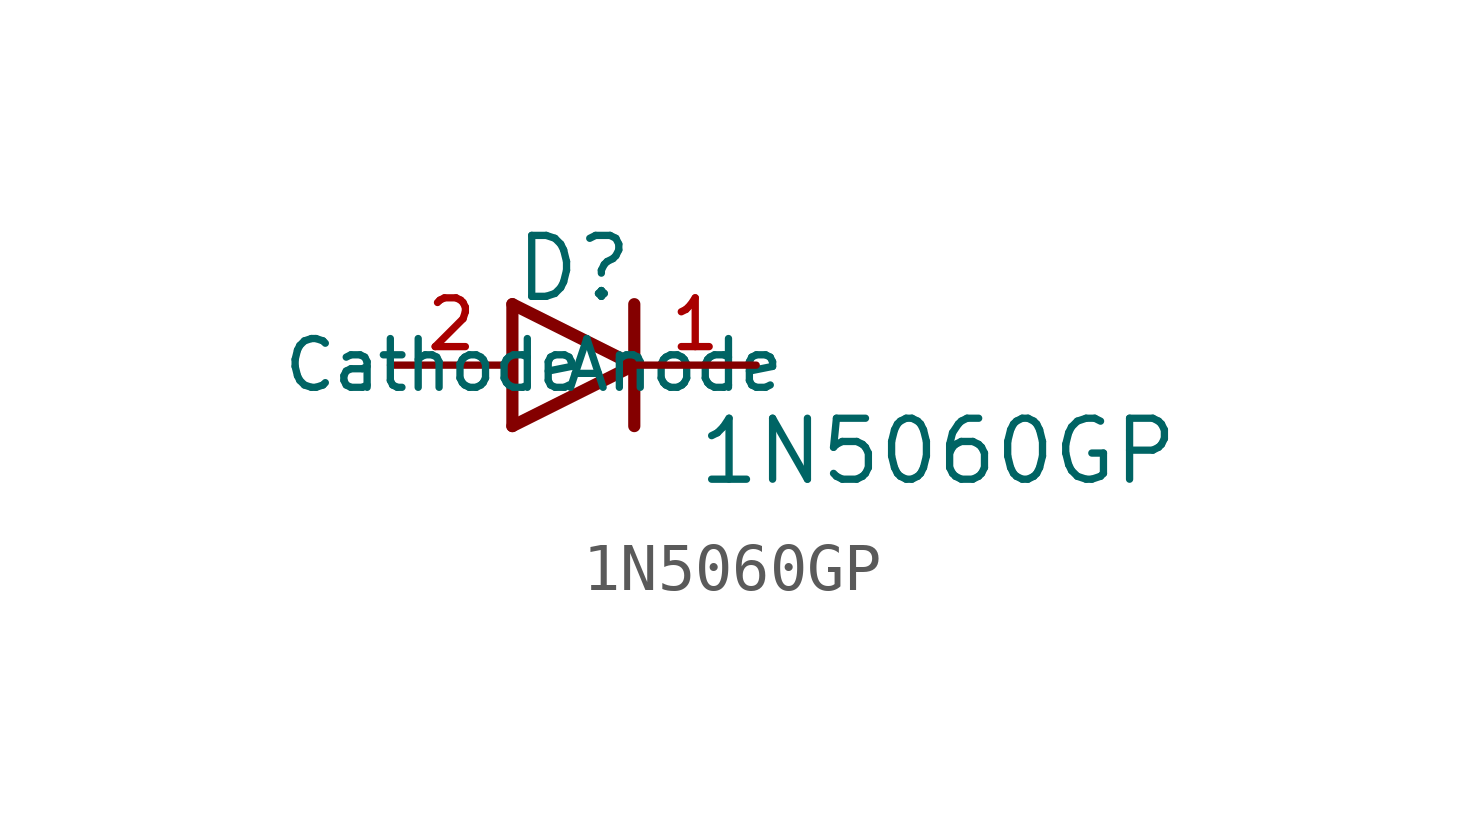
<source format=kicad_sym>
(kicad_symbol_lib
  (version 20220914)
  (generator kicad_symbol_editor)
  (symbol "1N5060GP"
    (pin_names
      (offset 1.016))
    (property "Reference" "D"
      (at -1.27 1.27 0)
      (effects (font (size 1.27 1.27)) (justify left bottom)))
    (property "Value" "1N5060GP"
      (at 2.54 -2.54 0)
      (effects (font (size 1.27 1.27)) (justify left bottom)))
    (symbol "1N5060GP_0_0"
      (polyline (pts (xy -1.27 -1.27) (xy 1.27 0)) (stroke (width 0.254) (type default)) (fill (type none)))
      (polyline (pts (xy -1.27 1.27) (xy -1.27 -1.27)) (stroke (width 0.254) (type default)) (fill (type none)))
      (polyline (pts (xy 1.27 0) (xy -1.27 1.27)) (stroke (width 0.254) (type default)) (fill (type none)))
      (polyline (pts (xy 1.27 0) (xy 1.27 -1.27)) (stroke (width 0.254) (type default)) (fill (type none)))
      (polyline (pts (xy 1.27 1.27) (xy 1.27 0)) (stroke (width 0.254) (type default)) (fill (type none)))
      (pin passive line (at 3.81 0 180) (length 2.54) (name "Cathode" (effects (font (size 1.016 1.016)))) (number "1" (effects (font (size 1.016 1.016)))))
      (pin passive line (at -3.81 0 0) (length 2.54) (name "Anode" (effects (font (size 1.016 1.016)))) (number "2" (effects (font (size 1.016 1.016))))))))
</source>
